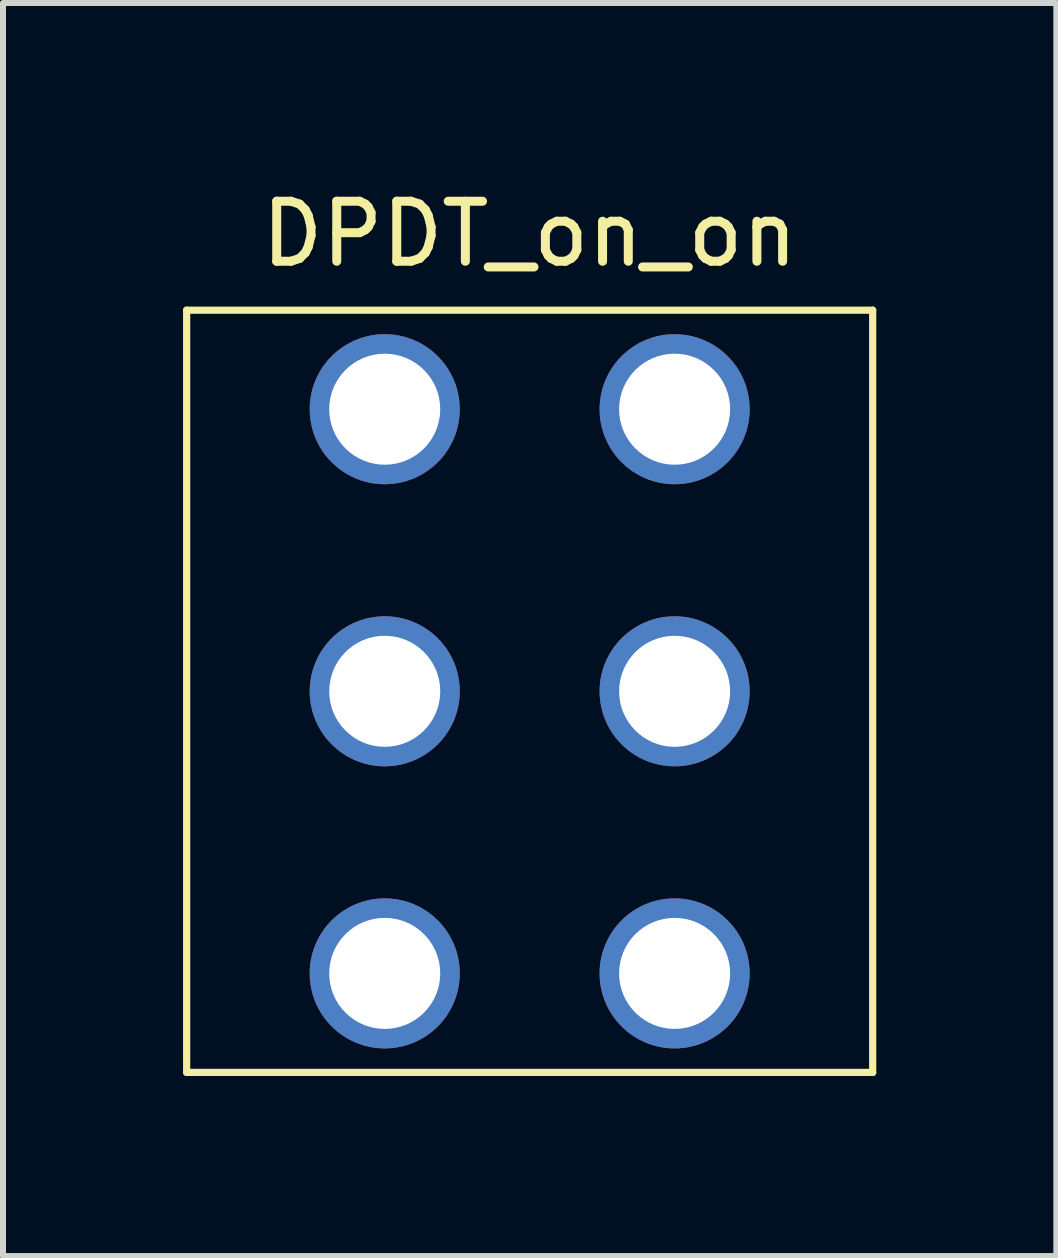
<source format=kicad_pcb>
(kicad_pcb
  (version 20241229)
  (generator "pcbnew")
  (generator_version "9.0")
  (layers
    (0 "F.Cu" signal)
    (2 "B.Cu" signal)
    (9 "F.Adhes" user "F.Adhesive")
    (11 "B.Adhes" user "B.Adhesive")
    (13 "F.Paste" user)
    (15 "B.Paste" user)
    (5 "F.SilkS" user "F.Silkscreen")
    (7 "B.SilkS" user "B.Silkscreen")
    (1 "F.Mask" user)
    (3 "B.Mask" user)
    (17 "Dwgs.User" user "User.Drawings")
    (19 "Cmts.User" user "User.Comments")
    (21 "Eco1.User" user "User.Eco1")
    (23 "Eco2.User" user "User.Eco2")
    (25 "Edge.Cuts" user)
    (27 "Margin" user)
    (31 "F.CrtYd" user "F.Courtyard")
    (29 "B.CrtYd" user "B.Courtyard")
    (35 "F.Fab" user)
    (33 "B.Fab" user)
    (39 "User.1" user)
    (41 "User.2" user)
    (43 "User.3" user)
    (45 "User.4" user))
  (footprint "DPDT_on_on"
    (layer "F.Cu")
    (at 5.775 8.468)
    (property "Reference" "DPDT_on_on" (at 0 -7.62 0) (layer "F.SilkS") (effects (font (size 1 1) (thickness 0.15))))
    (attr through_hole)
    (fp_line (start -5.715 -6.35) (end 5.715 -6.35) (stroke (width 0.12) (type solid)) (layer "F.SilkS"))
    (fp_line (start -5.715 6.35) (end -5.715 -6.35) (stroke (width 0.12) (type solid)) (layer "F.SilkS"))
    (fp_line (start 5.715 -6.35) (end 5.715 6.35) (stroke (width 0.12) (type solid)) (layer "F.SilkS"))
    (fp_line (start 5.715 6.35) (end -5.715 6.35) (stroke (width 0.12) (type solid)) (layer "F.SilkS"))
    (pad "1" thru_hole circle (at -2.415 -4.7) (size 2.5 2.5) (drill 1.85) (layers "*.Cu" "*.Mask"))
    (pad "2" thru_hole circle (at -2.415 0) (size 2.5 2.5) (drill 1.85) (layers "*.Cu" "*.Mask"))
    (pad "3" thru_hole circle (at -2.415 4.7) (size 2.5 2.5) (drill 1.85) (layers "*.Cu" "*.Mask"))
    (pad "4" thru_hole circle (at 2.415 -4.7) (size 2.5 2.5) (drill 1.85) (layers "*.Cu" "*.Mask"))
    (pad "5" thru_hole circle (at 2.415 0) (size 2.5 2.5) (drill 1.85) (layers "*.Cu" "*.Mask"))
    (pad "6" thru_hole circle (at 2.415 4.7) (size 2.5 2.5) (drill 1.85) (layers "*.Cu" "*.Mask")))
  (gr_rect
    (start -3 -3)
    (end 14.55 17.878)
    (stroke (width 0.1) (type default))
    (fill no)
    (layer "Edge.Cuts")))
</source>
